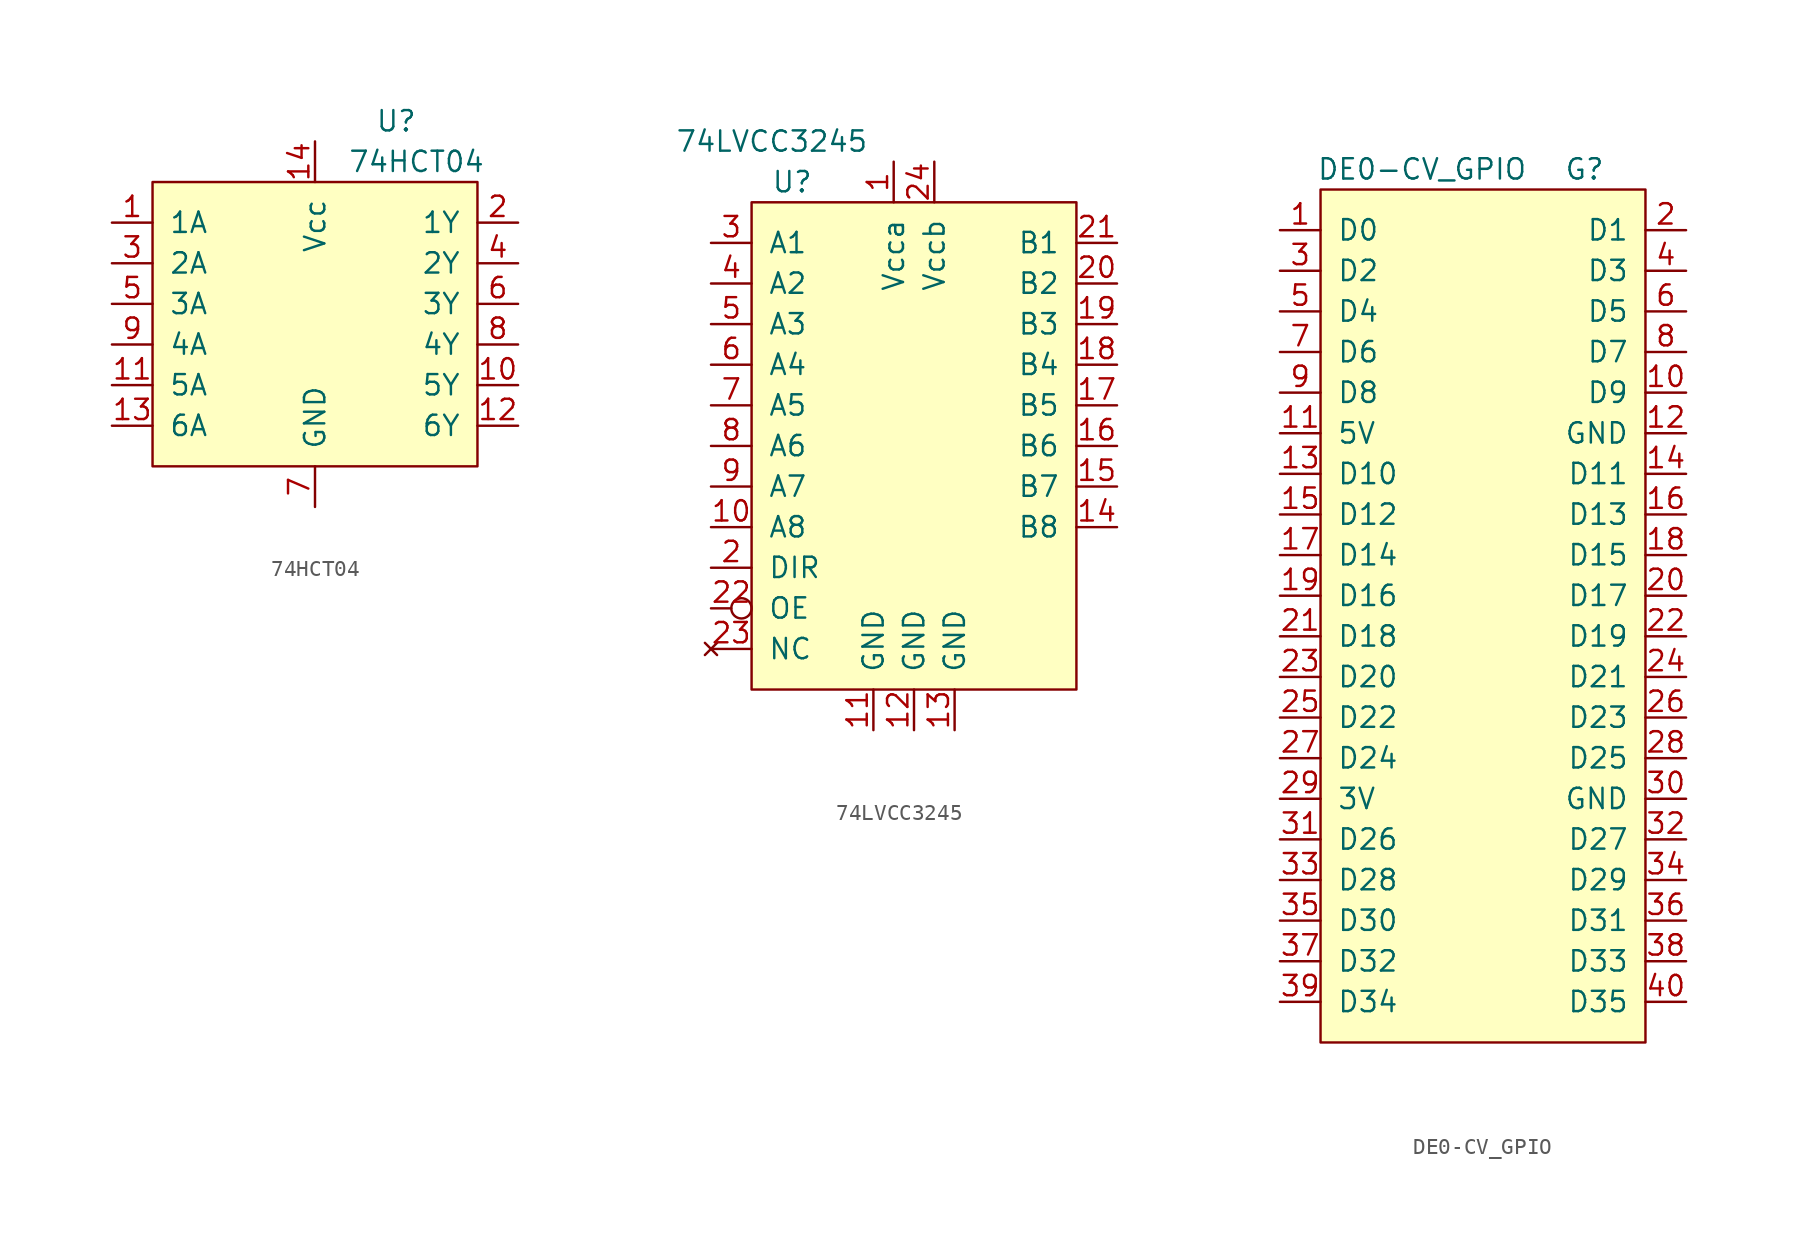
<source format=kicad_sym>
(kicad_symbol_lib
  (version 20241209)
  (generator "kicad_symbol_editor")
  (generator_version "9.0")
  (symbol "74HCT04"
    (pin_names
      (offset 1.016))
    (property "Reference" "U"
      (at 5.08 11.43 0)
      (effects (font (size 1.27 1.27))))
    (property "Value" "74HCT04"
      (at 6.35 8.89 0)
      (effects (font (size 1.27 1.27))))
    (symbol "74HCT04_0_0"
      (pin input line (at -12.7 5.08 0) (length 2.54) (name "1A" (effects (font (size 1.27 1.27)))) (number "1" (effects (font (size 1.27 1.27)))))
      (pin input line (at -12.7 2.54 0) (length 2.54) (name "2A" (effects (font (size 1.27 1.27)))) (number "3" (effects (font (size 1.27 1.27)))))
      (pin input line (at -12.7 0 0) (length 2.54) (name "3A" (effects (font (size 1.27 1.27)))) (number "5" (effects (font (size 1.27 1.27)))))
      (pin input line (at -12.7 -2.54 0) (length 2.54) (name "4A" (effects (font (size 1.27 1.27)))) (number "9" (effects (font (size 1.27 1.27)))))
      (pin input line (at -12.7 -5.08 0) (length 2.54) (name "5A" (effects (font (size 1.27 1.27)))) (number "11" (effects (font (size 1.27 1.27)))))
      (pin input line (at -12.7 -7.62 0) (length 2.54) (name "6A" (effects (font (size 1.27 1.27)))) (number "13" (effects (font (size 1.27 1.27)))))
      (pin power_in line (at 0 10.16 270) (length 2.54) (name "Vcc" (effects (font (size 1.27 1.27)))) (number "14" (effects (font (size 1.27 1.27)))))
      (pin power_in line (at 0 -12.7 90) (length 2.54) (name "GND" (effects (font (size 1.27 1.27)))) (number "7" (effects (font (size 1.27 1.27)))))
      (pin output line (at 12.7 5.08 180) (length 2.54) (name "1Y" (effects (font (size 1.27 1.27)))) (number "2" (effects (font (size 1.27 1.27)))))
      (pin output line (at 12.7 2.54 180) (length 2.54) (name "2Y" (effects (font (size 1.27 1.27)))) (number "4" (effects (font (size 1.27 1.27)))))
      (pin output line (at 12.7 0 180) (length 2.54) (name "3Y" (effects (font (size 1.27 1.27)))) (number "6" (effects (font (size 1.27 1.27)))))
      (pin output line (at 12.7 -2.54 180) (length 2.54) (name "4Y" (effects (font (size 1.27 1.27)))) (number "8" (effects (font (size 1.27 1.27)))))
      (pin output line (at 12.7 -5.08 180) (length 2.54) (name "5Y" (effects (font (size 1.27 1.27)))) (number "10" (effects (font (size 1.27 1.27)))))
      (pin output line (at 12.7 -7.62 180) (length 2.54) (name "6Y" (effects (font (size 1.27 1.27)))) (number "12" (effects (font (size 1.27 1.27))))))
    (symbol "74HCT04_0_1"
      (rectangle (start -10.16 7.62) (end 10.16 -10.16) (stroke (width 0) (type solid)) (fill (type background)))))
  (symbol "74LVCC3245"
    (pin_names
      (offset 1.016))
    (property "Reference" "U"
      (at -7.62 16.51 0)
      (effects (font (size 1.27 1.27))))
    (property "Value" "74LVCC3245"
      (at -8.89 19.05 0)
      (effects (font (size 1.27 1.27))))
    (symbol "74LVCC3245_0_0"
      (pin bidirectional line (at -12.7 12.7 0) (length 2.54) (name "A1" (effects (font (size 1.27 1.27)))) (number "3" (effects (font (size 1.27 1.27)))))
      (pin bidirectional line (at -12.7 10.16 0) (length 2.54) (name "A2" (effects (font (size 1.27 1.27)))) (number "4" (effects (font (size 1.27 1.27)))))
      (pin bidirectional line (at -12.7 7.62 0) (length 2.54) (name "A3" (effects (font (size 1.27 1.27)))) (number "5" (effects (font (size 1.27 1.27)))))
      (pin bidirectional line (at -12.7 5.08 0) (length 2.54) (name "A4" (effects (font (size 1.27 1.27)))) (number "6" (effects (font (size 1.27 1.27)))))
      (pin bidirectional line (at -12.7 2.54 0) (length 2.54) (name "A5" (effects (font (size 1.27 1.27)))) (number "7" (effects (font (size 1.27 1.27)))))
      (pin bidirectional line (at -12.7 0 0) (length 2.54) (name "A6" (effects (font (size 1.27 1.27)))) (number "8" (effects (font (size 1.27 1.27)))))
      (pin bidirectional line (at -12.7 -2.54 0) (length 2.54) (name "A7" (effects (font (size 1.27 1.27)))) (number "9" (effects (font (size 1.27 1.27)))))
      (pin bidirectional line (at -12.7 -5.08 0) (length 2.54) (name "A8" (effects (font (size 1.27 1.27)))) (number "10" (effects (font (size 1.27 1.27)))))
      (pin input line (at -12.7 -7.62 0) (length 2.54) (name "DIR" (effects (font (size 1.27 1.27)))) (number "2" (effects (font (size 1.27 1.27)))))
      (pin input inverted (at -12.7 -10.16 0) (length 2.54) (name "OE" (effects (font (size 1.27 1.27)))) (number "22" (effects (font (size 1.27 1.27)))))
      (pin no_connect line (at -12.7 -12.7 0) (length 2.54) (name "NC" (effects (font (size 1.27 1.27)))) (number "23" (effects (font (size 1.27 1.27)))))
      (pin power_in line (at -2.54 -17.78 90) (length 2.54) (name "GND" (effects (font (size 1.27 1.27)))) (number "11" (effects (font (size 1.27 1.27)))))
      (pin power_in line (at -1.27 17.78 270) (length 2.54) (name "Vcca" (effects (font (size 1.27 1.27)))) (number "1" (effects (font (size 1.27 1.27)))))
      (pin power_in line (at 0 -17.78 90) (length 2.54) (name "GND" (effects (font (size 1.27 1.27)))) (number "12" (effects (font (size 1.27 1.27)))))
      (pin power_in line (at 1.27 17.78 270) (length 2.54) (name "Vccb" (effects (font (size 1.27 1.27)))) (number "24" (effects (font (size 1.27 1.27)))))
      (pin power_in line (at 2.54 -17.78 90) (length 2.54) (name "GND" (effects (font (size 1.27 1.27)))) (number "13" (effects (font (size 1.27 1.27)))))
      (pin bidirectional line (at 12.7 12.7 180) (length 2.54) (name "B1" (effects (font (size 1.27 1.27)))) (number "21" (effects (font (size 1.27 1.27)))))
      (pin bidirectional line (at 12.7 10.16 180) (length 2.54) (name "B2" (effects (font (size 1.27 1.27)))) (number "20" (effects (font (size 1.27 1.27)))))
      (pin bidirectional line (at 12.7 7.62 180) (length 2.54) (name "B3" (effects (font (size 1.27 1.27)))) (number "19" (effects (font (size 1.27 1.27)))))
      (pin bidirectional line (at 12.7 5.08 180) (length 2.54) (name "B4" (effects (font (size 1.27 1.27)))) (number "18" (effects (font (size 1.27 1.27)))))
      (pin bidirectional line (at 12.7 2.54 180) (length 2.54) (name "B5" (effects (font (size 1.27 1.27)))) (number "17" (effects (font (size 1.27 1.27)))))
      (pin bidirectional line (at 12.7 0 180) (length 2.54) (name "B6" (effects (font (size 1.27 1.27)))) (number "16" (effects (font (size 1.27 1.27)))))
      (pin bidirectional line (at 12.7 -2.54 180) (length 2.54) (name "B7" (effects (font (size 1.27 1.27)))) (number "15" (effects (font (size 1.27 1.27)))))
      (pin bidirectional line (at 12.7 -5.08 180) (length 2.54) (name "B8" (effects (font (size 1.27 1.27)))) (number "14" (effects (font (size 1.27 1.27))))))
    (symbol "74LVCC3245_0_1"
      (rectangle (start -10.16 15.24) (end 10.16 -15.24) (stroke (width 0) (type solid)) (fill (type background)))))
  (symbol "DE0-CV_GPIO"
    (pin_names
      (offset 1.016))
    (property "Reference" "G"
      (at 6.35 26.67 0)
      (effects (font (size 1.27 1.27))))
    (property "Value" "DE0-CV_GPIO"
      (at -3.81 26.67 0)
      (effects (font (size 1.27 1.27))))
    (symbol "DE0-CV_GPIO_0_0"
      (pin bidirectional line (at -12.7 22.86 0) (length 2.54) (name "D0" (effects (font (size 1.27 1.27)))) (number "1" (effects (font (size 1.27 1.27)))))
      (pin bidirectional line (at -12.7 20.32 0) (length 2.54) (name "D2" (effects (font (size 1.27 1.27)))) (number "3" (effects (font (size 1.27 1.27)))))
      (pin bidirectional line (at -12.7 17.78 0) (length 2.54) (name "D4" (effects (font (size 1.27 1.27)))) (number "5" (effects (font (size 1.27 1.27)))))
      (pin bidirectional line (at -12.7 15.24 0) (length 2.54) (name "D6" (effects (font (size 1.27 1.27)))) (number "7" (effects (font (size 1.27 1.27)))))
      (pin bidirectional line (at -12.7 12.7 0) (length 2.54) (name "D8" (effects (font (size 1.27 1.27)))) (number "9" (effects (font (size 1.27 1.27)))))
      (pin power_in line (at -12.7 10.16 0) (length 2.54) (name "5V" (effects (font (size 1.27 1.27)))) (number "11" (effects (font (size 1.27 1.27)))))
      (pin bidirectional line (at -12.7 7.62 0) (length 2.54) (name "D10" (effects (font (size 1.27 1.27)))) (number "13" (effects (font (size 1.27 1.27)))))
      (pin bidirectional line (at -12.7 5.08 0) (length 2.54) (name "D12" (effects (font (size 1.27 1.27)))) (number "15" (effects (font (size 1.27 1.27)))))
      (pin bidirectional line (at -12.7 2.54 0) (length 2.54) (name "D14" (effects (font (size 1.27 1.27)))) (number "17" (effects (font (size 1.27 1.27)))))
      (pin bidirectional line (at -12.7 0 0) (length 2.54) (name "D16" (effects (font (size 1.27 1.27)))) (number "19" (effects (font (size 1.27 1.27)))))
      (pin bidirectional line (at -12.7 -2.54 0) (length 2.54) (name "D18" (effects (font (size 1.27 1.27)))) (number "21" (effects (font (size 1.27 1.27)))))
      (pin bidirectional line (at -12.7 -5.08 0) (length 2.54) (name "D20" (effects (font (size 1.27 1.27)))) (number "23" (effects (font (size 1.27 1.27)))))
      (pin bidirectional line (at -12.7 -7.62 0) (length 2.54) (name "D22" (effects (font (size 1.27 1.27)))) (number "25" (effects (font (size 1.27 1.27)))))
      (pin bidirectional line (at -12.7 -10.16 0) (length 2.54) (name "D24" (effects (font (size 1.27 1.27)))) (number "27" (effects (font (size 1.27 1.27)))))
      (pin power_in line (at -12.7 -12.7 0) (length 2.54) (name "3V" (effects (font (size 1.27 1.27)))) (number "29" (effects (font (size 1.27 1.27)))))
      (pin bidirectional line (at -12.7 -15.24 0) (length 2.54) (name "D26" (effects (font (size 1.27 1.27)))) (number "31" (effects (font (size 1.27 1.27)))))
      (pin bidirectional line (at -12.7 -17.78 0) (length 2.54) (name "D28" (effects (font (size 1.27 1.27)))) (number "33" (effects (font (size 1.27 1.27)))))
      (pin bidirectional line (at -12.7 -20.32 0) (length 2.54) (name "D30" (effects (font (size 1.27 1.27)))) (number "35" (effects (font (size 1.27 1.27)))))
      (pin bidirectional line (at -12.7 -22.86 0) (length 2.54) (name "D32" (effects (font (size 1.27 1.27)))) (number "37" (effects (font (size 1.27 1.27)))))
      (pin bidirectional line (at -12.7 -25.4 0) (length 2.54) (name "D34" (effects (font (size 1.27 1.27)))) (number "39" (effects (font (size 1.27 1.27)))))
      (pin bidirectional line (at 12.7 22.86 180) (length 2.54) (name "D1" (effects (font (size 1.27 1.27)))) (number "2" (effects (font (size 1.27 1.27)))))
      (pin bidirectional line (at 12.7 20.32 180) (length 2.54) (name "D3" (effects (font (size 1.27 1.27)))) (number "4" (effects (font (size 1.27 1.27)))))
      (pin bidirectional line (at 12.7 17.78 180) (length 2.54) (name "D5" (effects (font (size 1.27 1.27)))) (number "6" (effects (font (size 1.27 1.27)))))
      (pin bidirectional line (at 12.7 15.24 180) (length 2.54) (name "D7" (effects (font (size 1.27 1.27)))) (number "8" (effects (font (size 1.27 1.27)))))
      (pin bidirectional line (at 12.7 12.7 180) (length 2.54) (name "D9" (effects (font (size 1.27 1.27)))) (number "10" (effects (font (size 1.27 1.27)))))
      (pin power_in line (at 12.7 10.16 180) (length 2.54) (name "GND" (effects (font (size 1.27 1.27)))) (number "12" (effects (font (size 1.27 1.27)))))
      (pin bidirectional line (at 12.7 7.62 180) (length 2.54) (name "D11" (effects (font (size 1.27 1.27)))) (number "14" (effects (font (size 1.27 1.27)))))
      (pin bidirectional line (at 12.7 5.08 180) (length 2.54) (name "D13" (effects (font (size 1.27 1.27)))) (number "16" (effects (font (size 1.27 1.27)))))
      (pin bidirectional line (at 12.7 2.54 180) (length 2.54) (name "D15" (effects (font (size 1.27 1.27)))) (number "18" (effects (font (size 1.27 1.27)))))
      (pin bidirectional line (at 12.7 0 180) (length 2.54) (name "D17" (effects (font (size 1.27 1.27)))) (number "20" (effects (font (size 1.27 1.27)))))
      (pin bidirectional line (at 12.7 -2.54 180) (length 2.54) (name "D19" (effects (font (size 1.27 1.27)))) (number "22" (effects (font (size 1.27 1.27)))))
      (pin bidirectional line (at 12.7 -5.08 180) (length 2.54) (name "D21" (effects (font (size 1.27 1.27)))) (number "24" (effects (font (size 1.27 1.27)))))
      (pin bidirectional line (at 12.7 -7.62 180) (length 2.54) (name "D23" (effects (font (size 1.27 1.27)))) (number "26" (effects (font (size 1.27 1.27)))))
      (pin bidirectional line (at 12.7 -10.16 180) (length 2.54) (name "D25" (effects (font (size 1.27 1.27)))) (number "28" (effects (font (size 1.27 1.27)))))
      (pin power_in line (at 12.7 -12.7 180) (length 2.54) (name "GND" (effects (font (size 1.27 1.27)))) (number "30" (effects (font (size 1.27 1.27)))))
      (pin bidirectional line (at 12.7 -15.24 180) (length 2.54) (name "D27" (effects (font (size 1.27 1.27)))) (number "32" (effects (font (size 1.27 1.27)))))
      (pin bidirectional line (at 12.7 -17.78 180) (length 2.54) (name "D29" (effects (font (size 1.27 1.27)))) (number "34" (effects (font (size 1.27 1.27)))))
      (pin bidirectional line (at 12.7 -20.32 180) (length 2.54) (name "D31" (effects (font (size 1.27 1.27)))) (number "36" (effects (font (size 1.27 1.27)))))
      (pin bidirectional line (at 12.7 -22.86 180) (length 2.54) (name "D33" (effects (font (size 1.27 1.27)))) (number "38" (effects (font (size 1.27 1.27)))))
      (pin bidirectional line (at 12.7 -25.4 180) (length 2.54) (name "D35" (effects (font (size 1.27 1.27)))) (number "40" (effects (font (size 1.27 1.27))))))
    (symbol "DE0-CV_GPIO_0_1"
      (rectangle (start -10.16 25.4) (end 10.16 -27.94) (stroke (width 0) (type solid)) (fill (type background))))))
</source>
